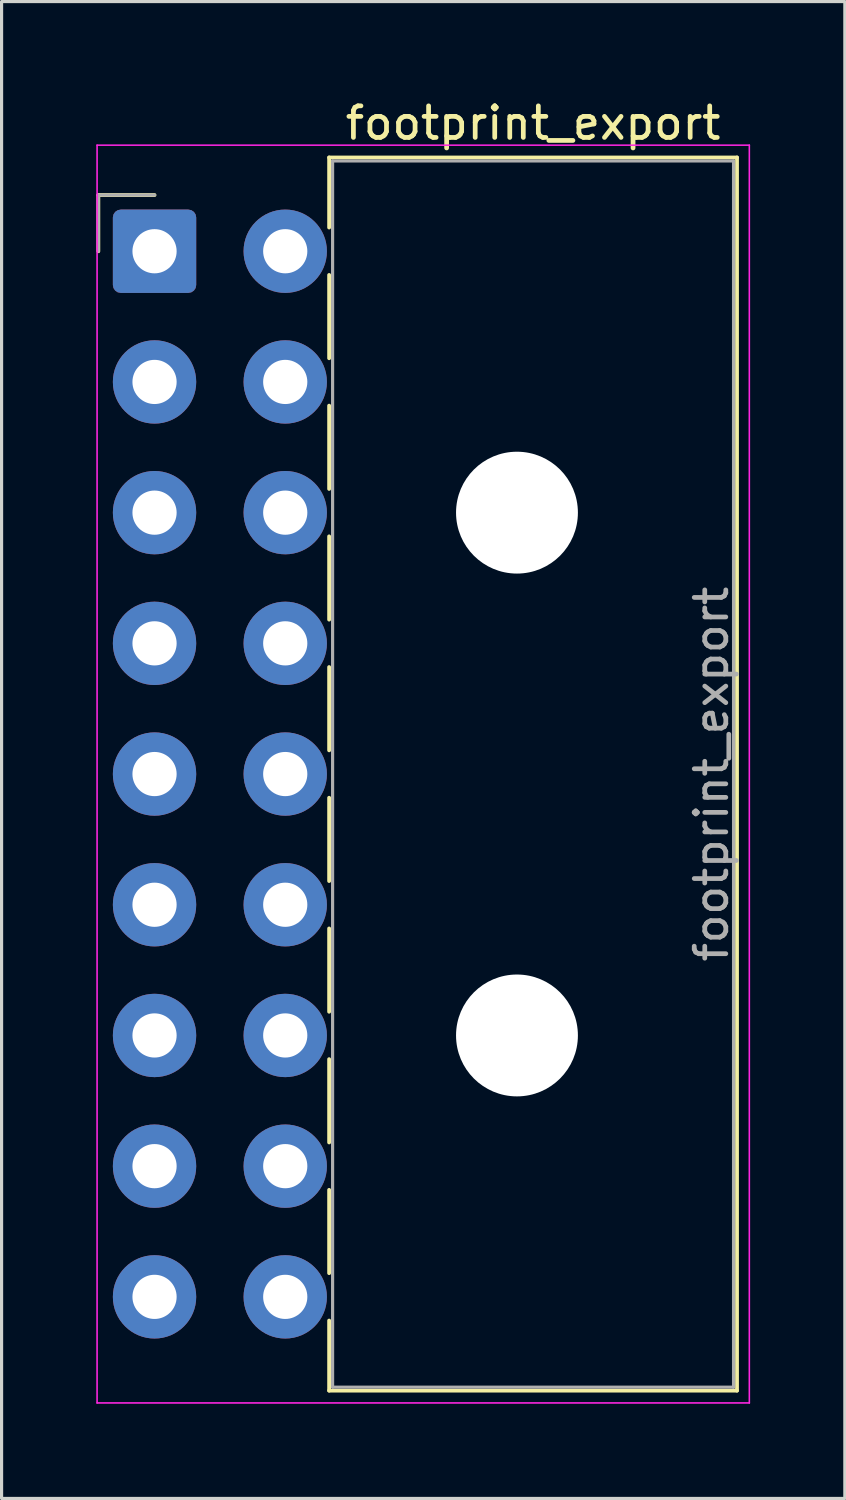
<source format=kicad_pcb>
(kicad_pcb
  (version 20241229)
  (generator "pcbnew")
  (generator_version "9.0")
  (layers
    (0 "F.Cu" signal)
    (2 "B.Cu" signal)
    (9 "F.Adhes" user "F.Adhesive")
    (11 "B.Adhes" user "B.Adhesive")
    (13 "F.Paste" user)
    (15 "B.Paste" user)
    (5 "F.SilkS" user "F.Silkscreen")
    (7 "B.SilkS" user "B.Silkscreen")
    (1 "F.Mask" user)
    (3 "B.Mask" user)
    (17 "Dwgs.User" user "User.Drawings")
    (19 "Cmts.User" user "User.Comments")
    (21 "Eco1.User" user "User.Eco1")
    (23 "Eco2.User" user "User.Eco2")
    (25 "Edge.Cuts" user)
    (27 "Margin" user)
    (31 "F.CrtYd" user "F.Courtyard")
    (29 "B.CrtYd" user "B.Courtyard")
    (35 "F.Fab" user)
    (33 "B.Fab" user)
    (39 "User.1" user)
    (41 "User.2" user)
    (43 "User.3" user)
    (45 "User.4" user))
  (footprint "footprint_export"
    (layer "F.Cu")
    (at 1.845 4.908)
    (property "Reference" "footprint_export" (at 11.99 -4.06 0) (layer "F.SilkS") (effects (font (size 1 1) (thickness 0.15))))
    (attr through_hole)
    (fp_line (start -1.78 -1.78) (end -1.78 0) (stroke (width 0.12) (type solid)) (layer "F.SilkS"))
    (fp_line (start 0 -1.78) (end -1.78 -1.78) (stroke (width 0.12) (type solid)) (layer "F.SilkS"))
    (fp_line (start 5.53 -2.97) (end 18.45 -2.97) (stroke (width 0.12) (type solid)) (layer "F.SilkS"))
    (fp_line (start 5.53 -0.751) (end 5.53 -2.97) (stroke (width 0.12) (type solid)) (layer "F.SilkS"))
    (fp_line (start 5.53 0.751) (end 5.53 3.389) (stroke (width 0.12) (type solid)) (layer "F.SilkS"))
    (fp_line (start 5.53 4.891) (end 5.53 7.529) (stroke (width 0.12) (type solid)) (layer "F.SilkS"))
    (fp_line (start 5.53 9.031) (end 5.53 11.669) (stroke (width 0.12) (type solid)) (layer "F.SilkS"))
    (fp_line (start 5.53 13.171) (end 5.53 15.809) (stroke (width 0.12) (type solid)) (layer "F.SilkS"))
    (fp_line (start 5.53 17.311) (end 5.53 19.949) (stroke (width 0.12) (type solid)) (layer "F.SilkS"))
    (fp_line (start 5.53 21.451) (end 5.53 24.089) (stroke (width 0.12) (type solid)) (layer "F.SilkS"))
    (fp_line (start 5.53 25.591) (end 5.53 28.229) (stroke (width 0.12) (type solid)) (layer "F.SilkS"))
    (fp_line (start 5.53 29.731) (end 5.53 32.369) (stroke (width 0.12) (type solid)) (layer "F.SilkS"))
    (fp_line (start 5.53 36.09) (end 5.53 33.871) (stroke (width 0.12) (type solid)) (layer "F.SilkS"))
    (fp_line (start 18.45 -2.97) (end 18.45 36.09) (stroke (width 0.12) (type solid)) (layer "F.SilkS"))
    (fp_line (start 18.45 36.09) (end 5.53 36.09) (stroke (width 0.12) (type solid)) (layer "F.SilkS"))
    (fp_line (start -1.82 -3.36) (end -1.82 36.48) (stroke (width 0.05) (type solid)) (layer "F.CrtYd"))
    (fp_line (start -1.82 36.48) (end 18.84 36.48) (stroke (width 0.05) (type solid)) (layer "F.CrtYd"))
    (fp_line (start 18.84 -3.36) (end -1.82 -3.36) (stroke (width 0.05) (type solid)) (layer "F.CrtYd"))
    (fp_line (start 18.84 36.48) (end 18.84 -3.36) (stroke (width 0.05) (type solid)) (layer "F.CrtYd"))
    (fp_line (start -1.78 -1.78) (end -1.78 0) (stroke (width 0.1) (type solid)) (layer "F.Fab"))
    (fp_line (start 0 -1.78) (end -1.78 -1.78) (stroke (width 0.1) (type solid)) (layer "F.Fab"))
    (fp_line (start 5.64 -2.86) (end 5.64 35.98) (stroke (width 0.1) (type solid)) (layer "F.Fab"))
    (fp_line (start 5.64 35.98) (end 18.34 35.98) (stroke (width 0.1) (type solid)) (layer "F.Fab"))
    (fp_line (start 18.34 -2.86) (end 5.64 -2.86) (stroke (width 0.1) (type solid)) (layer "F.Fab"))
    (fp_line (start 18.34 35.98) (end 18.34 -2.86) (stroke (width 0.1) (type solid)) (layer "F.Fab"))
    (fp_text user "${REFERENCE}" (at 17.64 16.56 90) (layer "F.Fab") (effects (font (size 1 1) (thickness 0.15))))
    (pad "" np_thru_hole circle (at 11.48 8.28) (size 3.86 3.86) (drill 3.86) (layers "*.Cu" "*.Mask"))
    (pad "" np_thru_hole circle (at 11.48 24.84) (size 3.86 3.86) (drill 3.86) (layers "*.Cu" "*.Mask"))
    (pad "1" thru_hole roundrect (at 0 0) (size 2.64 2.64) (drill 1.4) (layers "*.Cu" "*.Mask") (roundrect_rratio 0.095))
    (pad "2" thru_hole circle (at 0 4.14) (size 2.64 2.64) (drill 1.4) (layers "*.Cu" "*.Mask"))
    (pad "3" thru_hole circle (at 0 8.28) (size 2.64 2.64) (drill 1.4) (layers "*.Cu" "*.Mask"))
    (pad "4" thru_hole circle (at 0 12.42) (size 2.64 2.64) (drill 1.4) (layers "*.Cu" "*.Mask"))
    (pad "5" thru_hole circle (at 0 16.56) (size 2.64 2.64) (drill 1.4) (layers "*.Cu" "*.Mask"))
    (pad "6" thru_hole circle (at 0 20.7) (size 2.64 2.64) (drill 1.4) (layers "*.Cu" "*.Mask"))
    (pad "7" thru_hole circle (at 0 24.84) (size 2.64 2.64) (drill 1.4) (layers "*.Cu" "*.Mask"))
    (pad "8" thru_hole circle (at 0 28.98) (size 2.64 2.64) (drill 1.4) (layers "*.Cu" "*.Mask"))
    (pad "9" thru_hole circle (at 0 33.12) (size 2.64 2.64) (drill 1.4) (layers "*.Cu" "*.Mask"))
    (pad "10" thru_hole circle (at 4.14 0) (size 2.64 2.64) (drill 1.4) (layers "*.Cu" "*.Mask"))
    (pad "11" thru_hole circle (at 4.14 4.14) (size 2.64 2.64) (drill 1.4) (layers "*.Cu" "*.Mask"))
    (pad "12" thru_hole circle (at 4.14 8.28) (size 2.64 2.64) (drill 1.4) (layers "*.Cu" "*.Mask"))
    (pad "13" thru_hole circle (at 4.14 12.42) (size 2.64 2.64) (drill 1.4) (layers "*.Cu" "*.Mask"))
    (pad "14" thru_hole circle (at 4.14 16.56) (size 2.64 2.64) (drill 1.4) (layers "*.Cu" "*.Mask"))
    (pad "15" thru_hole circle (at 4.14 20.7) (size 2.64 2.64) (drill 1.4) (layers "*.Cu" "*.Mask"))
    (pad "16" thru_hole circle (at 4.14 24.84) (size 2.64 2.64) (drill 1.4) (layers "*.Cu" "*.Mask"))
    (pad "17" thru_hole circle (at 4.14 28.98) (size 2.64 2.64) (drill 1.4) (layers "*.Cu" "*.Mask"))
    (pad "18" thru_hole circle (at 4.14 33.12) (size 2.64 2.64) (drill 1.4) (layers "*.Cu" "*.Mask")))
  (gr_rect
    (start -3 -3)
    (end 23.71 44.413)
    (stroke (width 0.1) (type default))
    (fill no)
    (layer "Edge.Cuts")))
</source>
